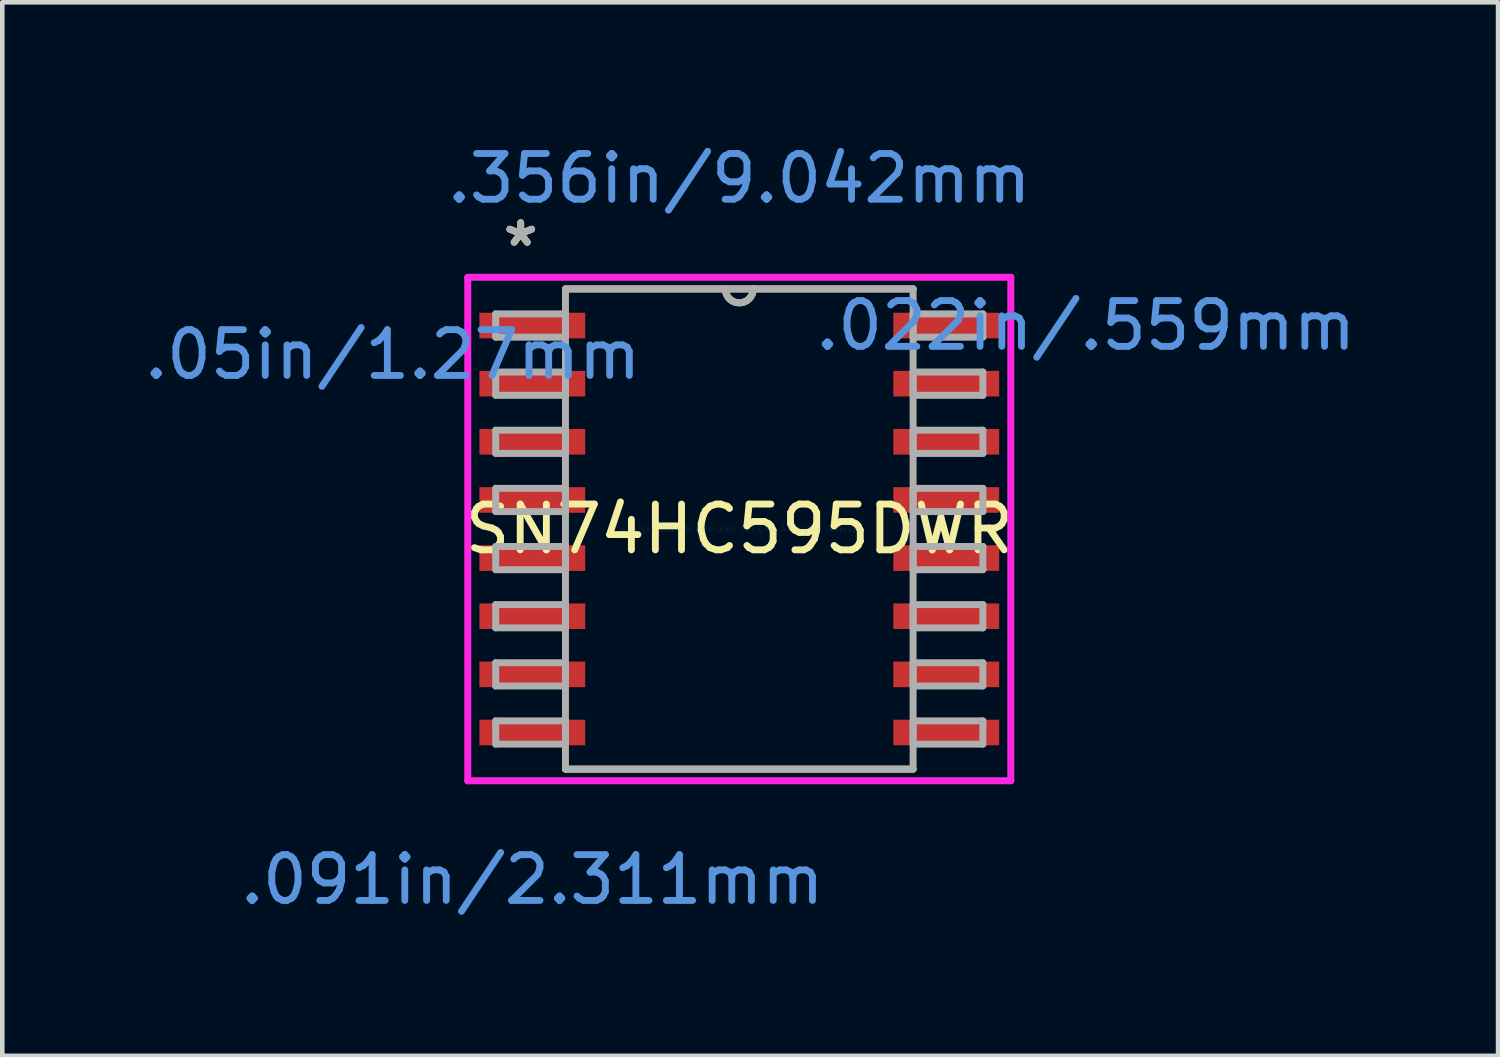
<source format=kicad_pcb>
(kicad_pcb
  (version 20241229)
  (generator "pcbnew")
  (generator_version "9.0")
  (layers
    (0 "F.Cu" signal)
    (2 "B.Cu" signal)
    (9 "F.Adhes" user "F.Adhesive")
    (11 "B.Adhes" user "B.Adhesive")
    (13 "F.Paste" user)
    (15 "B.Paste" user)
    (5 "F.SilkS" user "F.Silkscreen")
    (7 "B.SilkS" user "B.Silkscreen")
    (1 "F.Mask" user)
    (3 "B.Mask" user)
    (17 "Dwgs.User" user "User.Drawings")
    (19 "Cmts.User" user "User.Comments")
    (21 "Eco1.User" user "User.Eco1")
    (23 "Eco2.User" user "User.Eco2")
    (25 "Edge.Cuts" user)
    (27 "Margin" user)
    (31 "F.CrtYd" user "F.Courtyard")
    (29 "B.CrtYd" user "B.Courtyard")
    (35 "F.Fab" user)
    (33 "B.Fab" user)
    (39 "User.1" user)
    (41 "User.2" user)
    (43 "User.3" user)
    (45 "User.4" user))
  (footprint "SN74HC595DWR"
    (layer "F.Cu")
    (at 13.099 8.506)
    (property "Reference" "SN74HC595DWR" (at 0 0 0) (layer "F.SilkS") (effects (font (size 1 1) (thickness 0.15))))
    (attr through_hole)
    (fp_line (start -3.797 5.245) (end 3.797 5.245) (stroke (width 0.152) (type solid)) (layer "F.SilkS"))
    (fp_line (start 3.797 -5.245) (end -3.797 -5.245) (stroke (width 0.152) (type solid)) (layer "F.SilkS"))
    (fp_arc (start 0.3048 -5.2451) (mid 0 -4.9403) (end -0.3048 -5.2451) (stroke (width 0.1524) (type solid)) (layer "F.SilkS"))
    (fp_line (start -5.931 -5.499) (end 5.931 -5.499) (stroke (width 0.152) (type solid)) (layer "F.CrtYd"))
    (fp_line (start -5.931 5.499) (end -5.931 -5.499) (stroke (width 0.152) (type solid)) (layer "F.CrtYd"))
    (fp_line (start 5.931 -5.499) (end 5.931 5.499) (stroke (width 0.152) (type solid)) (layer "F.CrtYd"))
    (fp_line (start 5.931 5.499) (end -5.931 5.499) (stroke (width 0.152) (type solid)) (layer "F.CrtYd"))
    (fp_line (start -5.321 -4.699) (end -5.321 -4.191) (stroke (width 0.152) (type solid)) (layer "F.Fab"))
    (fp_line (start -5.321 -4.191) (end -3.797 -4.191) (stroke (width 0.152) (type solid)) (layer "F.Fab"))
    (fp_line (start -5.321 -3.429) (end -5.321 -2.921) (stroke (width 0.152) (type solid)) (layer "F.Fab"))
    (fp_line (start -5.321 -2.921) (end -3.797 -2.921) (stroke (width 0.152) (type solid)) (layer "F.Fab"))
    (fp_line (start -5.321 -2.159) (end -5.321 -1.651) (stroke (width 0.152) (type solid)) (layer "F.Fab"))
    (fp_line (start -5.321 -1.651) (end -3.797 -1.651) (stroke (width 0.152) (type solid)) (layer "F.Fab"))
    (fp_line (start -5.321 -0.889) (end -5.321 -0.381) (stroke (width 0.152) (type solid)) (layer "F.Fab"))
    (fp_line (start -5.321 -0.381) (end -3.797 -0.381) (stroke (width 0.152) (type solid)) (layer "F.Fab"))
    (fp_line (start -5.321 0.381) (end -5.321 0.889) (stroke (width 0.152) (type solid)) (layer "F.Fab"))
    (fp_line (start -5.321 0.889) (end -3.797 0.889) (stroke (width 0.152) (type solid)) (layer "F.Fab"))
    (fp_line (start -5.321 1.651) (end -5.321 2.159) (stroke (width 0.152) (type solid)) (layer "F.Fab"))
    (fp_line (start -5.321 2.159) (end -3.797 2.159) (stroke (width 0.152) (type solid)) (layer "F.Fab"))
    (fp_line (start -5.321 2.921) (end -5.321 3.429) (stroke (width 0.152) (type solid)) (layer "F.Fab"))
    (fp_line (start -5.321 3.429) (end -3.797 3.429) (stroke (width 0.152) (type solid)) (layer "F.Fab"))
    (fp_line (start -5.321 4.191) (end -5.321 4.699) (stroke (width 0.152) (type solid)) (layer "F.Fab"))
    (fp_line (start -5.321 4.699) (end -3.797 4.699) (stroke (width 0.152) (type solid)) (layer "F.Fab"))
    (fp_line (start -3.797 -5.245) (end -3.797 5.245) (stroke (width 0.152) (type solid)) (layer "F.Fab"))
    (fp_line (start -3.797 -4.699) (end -5.321 -4.699) (stroke (width 0.152) (type solid)) (layer "F.Fab"))
    (fp_line (start -3.797 -4.191) (end -3.797 -4.699) (stroke (width 0.152) (type solid)) (layer "F.Fab"))
    (fp_line (start -3.797 -3.429) (end -5.321 -3.429) (stroke (width 0.152) (type solid)) (layer "F.Fab"))
    (fp_line (start -3.797 -2.921) (end -3.797 -3.429) (stroke (width 0.152) (type solid)) (layer "F.Fab"))
    (fp_line (start -3.797 -2.159) (end -5.321 -2.159) (stroke (width 0.152) (type solid)) (layer "F.Fab"))
    (fp_line (start -3.797 -1.651) (end -3.797 -2.159) (stroke (width 0.152) (type solid)) (layer "F.Fab"))
    (fp_line (start -3.797 -0.889) (end -5.321 -0.889) (stroke (width 0.152) (type solid)) (layer "F.Fab"))
    (fp_line (start -3.797 -0.381) (end -3.797 -0.889) (stroke (width 0.152) (type solid)) (layer "F.Fab"))
    (fp_line (start -3.797 0.381) (end -5.321 0.381) (stroke (width 0.152) (type solid)) (layer "F.Fab"))
    (fp_line (start -3.797 0.889) (end -3.797 0.381) (stroke (width 0.152) (type solid)) (layer "F.Fab"))
    (fp_line (start -3.797 1.651) (end -5.321 1.651) (stroke (width 0.152) (type solid)) (layer "F.Fab"))
    (fp_line (start -3.797 2.159) (end -3.797 1.651) (stroke (width 0.152) (type solid)) (layer "F.Fab"))
    (fp_line (start -3.797 2.921) (end -5.321 2.921) (stroke (width 0.152) (type solid)) (layer "F.Fab"))
    (fp_line (start -3.797 3.429) (end -3.797 2.921) (stroke (width 0.152) (type solid)) (layer "F.Fab"))
    (fp_line (start -3.797 4.191) (end -5.321 4.191) (stroke (width 0.152) (type solid)) (layer "F.Fab"))
    (fp_line (start -3.797 4.699) (end -3.797 4.191) (stroke (width 0.152) (type solid)) (layer "F.Fab"))
    (fp_line (start -3.797 5.245) (end 3.797 5.245) (stroke (width 0.152) (type solid)) (layer "F.Fab"))
    (fp_line (start 3.797 -5.245) (end -3.797 -5.245) (stroke (width 0.152) (type solid)) (layer "F.Fab"))
    (fp_line (start 3.797 -4.699) (end 3.797 -4.191) (stroke (width 0.152) (type solid)) (layer "F.Fab"))
    (fp_line (start 3.797 -4.191) (end 5.321 -4.191) (stroke (width 0.152) (type solid)) (layer "F.Fab"))
    (fp_line (start 3.797 -3.429) (end 3.797 -2.921) (stroke (width 0.152) (type solid)) (layer "F.Fab"))
    (fp_line (start 3.797 -2.921) (end 5.321 -2.921) (stroke (width 0.152) (type solid)) (layer "F.Fab"))
    (fp_line (start 3.797 -2.159) (end 3.797 -1.651) (stroke (width 0.152) (type solid)) (layer "F.Fab"))
    (fp_line (start 3.797 -1.651) (end 5.321 -1.651) (stroke (width 0.152) (type solid)) (layer "F.Fab"))
    (fp_line (start 3.797 -0.889) (end 3.797 -0.381) (stroke (width 0.152) (type solid)) (layer "F.Fab"))
    (fp_line (start 3.797 -0.381) (end 5.321 -0.381) (stroke (width 0.152) (type solid)) (layer "F.Fab"))
    (fp_line (start 3.797 0.381) (end 3.797 0.889) (stroke (width 0.152) (type solid)) (layer "F.Fab"))
    (fp_line (start 3.797 0.889) (end 5.321 0.889) (stroke (width 0.152) (type solid)) (layer "F.Fab"))
    (fp_line (start 3.797 1.651) (end 3.797 2.159) (stroke (width 0.152) (type solid)) (layer "F.Fab"))
    (fp_line (start 3.797 2.159) (end 5.321 2.159) (stroke (width 0.152) (type solid)) (layer "F.Fab"))
    (fp_line (start 3.797 2.921) (end 3.797 3.429) (stroke (width 0.152) (type solid)) (layer "F.Fab"))
    (fp_line (start 3.797 3.429) (end 5.321 3.429) (stroke (width 0.152) (type solid)) (layer "F.Fab"))
    (fp_line (start 3.797 4.191) (end 3.797 4.699) (stroke (width 0.152) (type solid)) (layer "F.Fab"))
    (fp_line (start 3.797 4.699) (end 5.321 4.699) (stroke (width 0.152) (type solid)) (layer "F.Fab"))
    (fp_line (start 3.797 5.245) (end 3.797 -5.245) (stroke (width 0.152) (type solid)) (layer "F.Fab"))
    (fp_line (start 5.321 -4.699) (end 3.797 -4.699) (stroke (width 0.152) (type solid)) (layer "F.Fab"))
    (fp_line (start 5.321 -4.191) (end 5.321 -4.699) (stroke (width 0.152) (type solid)) (layer "F.Fab"))
    (fp_line (start 5.321 -3.429) (end 3.797 -3.429) (stroke (width 0.152) (type solid)) (layer "F.Fab"))
    (fp_line (start 5.321 -2.921) (end 5.321 -3.429) (stroke (width 0.152) (type solid)) (layer "F.Fab"))
    (fp_line (start 5.321 -2.159) (end 3.797 -2.159) (stroke (width 0.152) (type solid)) (layer "F.Fab"))
    (fp_line (start 5.321 -1.651) (end 5.321 -2.159) (stroke (width 0.152) (type solid)) (layer "F.Fab"))
    (fp_line (start 5.321 -0.889) (end 3.797 -0.889) (stroke (width 0.152) (type solid)) (layer "F.Fab"))
    (fp_line (start 5.321 -0.381) (end 5.321 -0.889) (stroke (width 0.152) (type solid)) (layer "F.Fab"))
    (fp_line (start 5.321 0.381) (end 3.797 0.381) (stroke (width 0.152) (type solid)) (layer "F.Fab"))
    (fp_line (start 5.321 0.889) (end 5.321 0.381) (stroke (width 0.152) (type solid)) (layer "F.Fab"))
    (fp_line (start 5.321 1.651) (end 3.797 1.651) (stroke (width 0.152) (type solid)) (layer "F.Fab"))
    (fp_line (start 5.321 2.159) (end 5.321 1.651) (stroke (width 0.152) (type solid)) (layer "F.Fab"))
    (fp_line (start 5.321 2.921) (end 3.797 2.921) (stroke (width 0.152) (type solid)) (layer "F.Fab"))
    (fp_line (start 5.321 3.429) (end 5.321 2.921) (stroke (width 0.152) (type solid)) (layer "F.Fab"))
    (fp_line (start 5.321 4.191) (end 3.797 4.191) (stroke (width 0.152) (type solid)) (layer "F.Fab"))
    (fp_line (start 5.321 4.699) (end 5.321 4.191) (stroke (width 0.152) (type solid)) (layer "F.Fab"))
    (fp_arc (start 0.3048 -5.2451) (mid 0 -4.9403) (end -0.3048 -5.2451) (stroke (width 0.1524) (type solid)) (layer "F.Fab"))
    (fp_text user "*" (at -4.775 -6.147 0) (layer "F.SilkS") (effects (font (size 1 1) (thickness 0.15))))
    (fp_text user "Copyright 2016 Accelerated Designs. All rights reserved." (at 0 0 0) (layer "Cmts.User") (effects (font (size 0.127 0.127) (thickness 0.002))))
    (fp_text user ".022in/.559mm" (at 7.569 -4.445 0) (layer "Cmts.User") (effects (font (size 1 1) (thickness 0.15))))
    (fp_text user ".356in/9.042mm" (at 0 -7.658 0) (layer "Cmts.User") (effects (font (size 1 1) (thickness 0.15))))
    (fp_text user ".05in/1.27mm" (at -7.569 -3.81 0) (layer "Cmts.User") (effects (font (size 1 1) (thickness 0.15))))
    (fp_text user ".091in/2.311mm" (at -4.521 7.658 0) (layer "Cmts.User") (effects (font (size 1 1) (thickness 0.15))))
    (fp_text user "*" (at -4.775 -6.147 0) (layer "F.Fab") (effects (font (size 1 1) (thickness 0.15))))
    (pad "1" smd rect (at -4.521 -4.445) (size 2.311 0.559) (layers "F.Cu" "F.Mask" "F.Paste"))
    (pad "2" smd rect (at -4.521 -3.175) (size 2.311 0.559) (layers "F.Cu" "F.Mask" "F.Paste"))
    (pad "3" smd rect (at -4.521 -1.905) (size 2.311 0.559) (layers "F.Cu" "F.Mask" "F.Paste"))
    (pad "4" smd rect (at -4.521 -0.635) (size 2.311 0.559) (layers "F.Cu" "F.Mask" "F.Paste"))
    (pad "5" smd rect (at -4.521 0.635) (size 2.311 0.559) (layers "F.Cu" "F.Mask" "F.Paste"))
    (pad "6" smd rect (at -4.521 1.905) (size 2.311 0.559) (layers "F.Cu" "F.Mask" "F.Paste"))
    (pad "7" smd rect (at -4.521 3.175) (size 2.311 0.559) (layers "F.Cu" "F.Mask" "F.Paste"))
    (pad "8" smd rect (at -4.521 4.445) (size 2.311 0.559) (layers "F.Cu" "F.Mask" "F.Paste"))
    (pad "9" smd rect (at 4.521 4.445) (size 2.311 0.559) (layers "F.Cu" "F.Mask" "F.Paste"))
    (pad "10" smd rect (at 4.521 3.175) (size 2.311 0.559) (layers "F.Cu" "F.Mask" "F.Paste"))
    (pad "11" smd rect (at 4.521 1.905) (size 2.311 0.559) (layers "F.Cu" "F.Mask" "F.Paste"))
    (pad "12" smd rect (at 4.521 0.635) (size 2.311 0.559) (layers "F.Cu" "F.Mask" "F.Paste"))
    (pad "13" smd rect (at 4.521 -0.635) (size 2.311 0.559) (layers "F.Cu" "F.Mask" "F.Paste"))
    (pad "14" smd rect (at 4.521 -1.905) (size 2.311 0.559) (layers "F.Cu" "F.Mask" "F.Paste"))
    (pad "15" smd rect (at 4.521 -3.175) (size 2.311 0.559) (layers "F.Cu" "F.Mask" "F.Paste"))
    (pad "16" smd rect (at 4.521 -4.445) (size 2.311 0.559) (layers "F.Cu" "F.Mask" "F.Paste")))
  (gr_rect
    (start -3 -3)
    (end 29.674 20.013)
    (stroke (width 0.1) (type default))
    (fill no)
    (layer "Edge.Cuts")))
</source>
